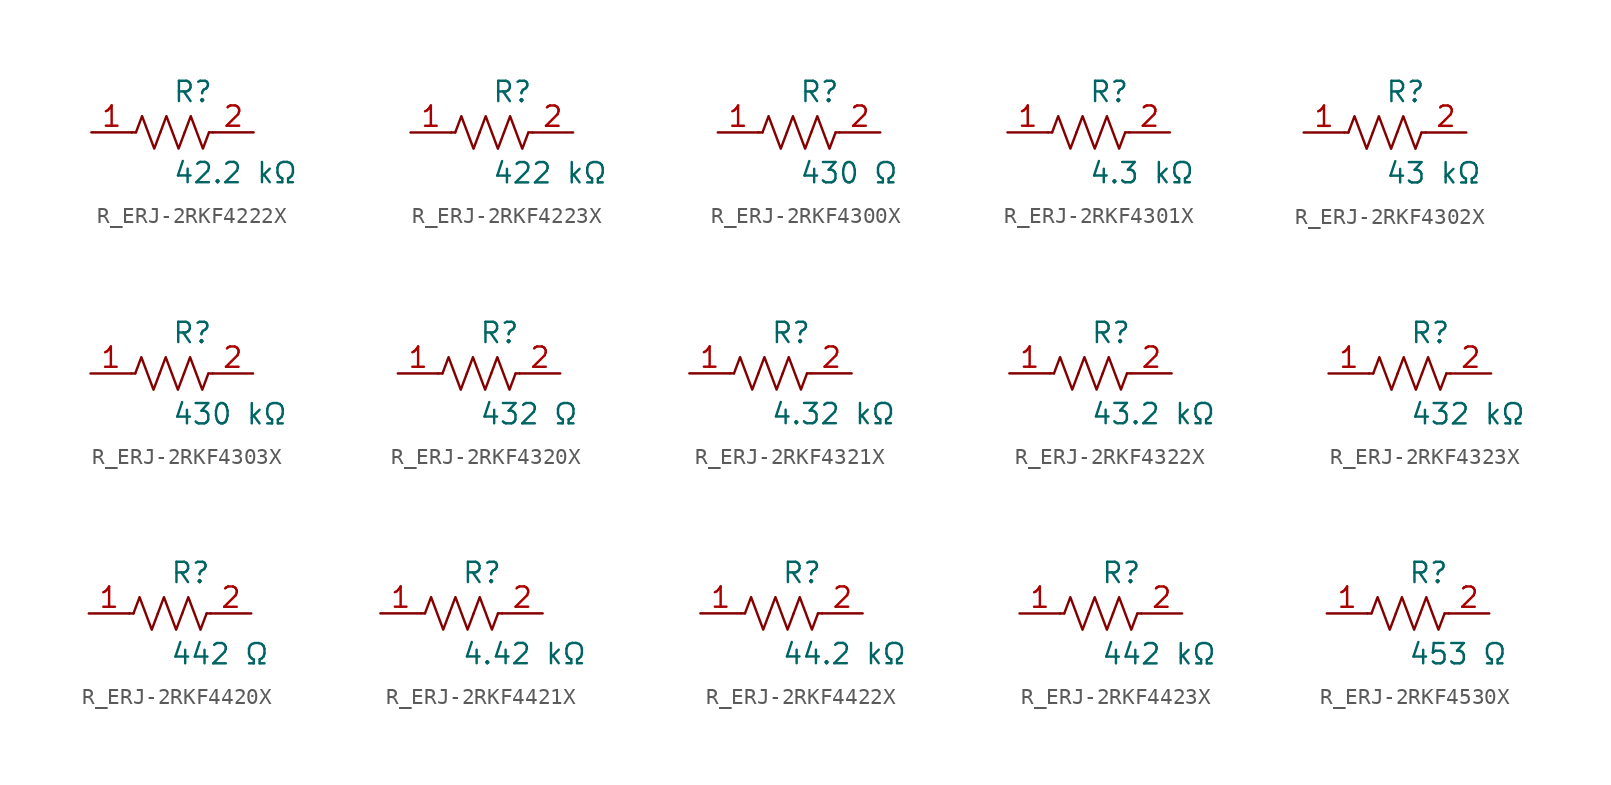
<source format=kicad_sym>
(kicad_symbol_lib
  (version 20231120)
  (generator kicad_symbol_editor)
  (generator_version 8.0)
  (symbol "R_ERJ-2RKF4222X"
    (pin_names
      (offset 0.254))
    (property "Reference" "R"
      (at 0 2.54 0)
      (effects (font (size 1.27 1.27)) (justify left)))
    (property "Value" "42.2 kΩ"
      (at 0 -2.54 0)
      (effects (font (size 1.27 1.27)) (justify left)))
    (symbol "R_ERJ-2RKF4222X_0_1"
      (polyline (pts (xy 2.286 0) (xy 2.54 0)) (stroke (width 0) (type default)) (fill (type none)))
      (polyline (pts (xy -2.286 0) (xy -2.54 0)) (stroke (width 0) (type default)) (fill (type none)))
      (polyline (pts (xy 0.762 0) (xy 1.143 1.016) (xy 1.524 0) (xy 1.905 -1.016) (xy 2.286 0)) (stroke (width 0) (type default)) (fill (type none)))
      (polyline (pts (xy -0.762 0) (xy -0.381 1.016) (xy 0 0) (xy 0.381 -1.016) (xy 0.762 0)) (stroke (width 0) (type default)) (fill (type none)))
      (polyline (pts (xy -2.286 0) (xy -1.905 1.016) (xy -1.524 0) (xy -1.143 -1.016) (xy -0.762 0)) (stroke (width 0) (type default)) (fill (type none))))
    (pin passive line
      (at -5.08 0 0)
      (length 2.54)
      (name "" (effects (font (size 1.27 1.27))))
      (number "1" (effects (font (size 1.27 1.27)))))
    (pin passive line
      (at 5.08 0 180)
      (length 2.54)
      (name "" (effects (font (size 1.27 1.27))))
      (number "2" (effects (font (size 1.27 1.27))))))
  (symbol "R_ERJ-2RKF4223X"
    (pin_names
      (offset 0.254))
    (property "Reference" "R"
      (at 0 2.54 0)
      (effects (font (size 1.27 1.27)) (justify left)))
    (property "Value" "422 kΩ"
      (at 0 -2.54 0)
      (effects (font (size 1.27 1.27)) (justify left)))
    (symbol "R_ERJ-2RKF4223X_0_1"
      (polyline (pts (xy 2.286 0) (xy 2.54 0)) (stroke (width 0) (type default)) (fill (type none)))
      (polyline (pts (xy -2.286 0) (xy -2.54 0)) (stroke (width 0) (type default)) (fill (type none)))
      (polyline (pts (xy 0.762 0) (xy 1.143 1.016) (xy 1.524 0) (xy 1.905 -1.016) (xy 2.286 0)) (stroke (width 0) (type default)) (fill (type none)))
      (polyline (pts (xy -0.762 0) (xy -0.381 1.016) (xy 0 0) (xy 0.381 -1.016) (xy 0.762 0)) (stroke (width 0) (type default)) (fill (type none)))
      (polyline (pts (xy -2.286 0) (xy -1.905 1.016) (xy -1.524 0) (xy -1.143 -1.016) (xy -0.762 0)) (stroke (width 0) (type default)) (fill (type none))))
    (pin passive line
      (at -5.08 0 0)
      (length 2.54)
      (name "" (effects (font (size 1.27 1.27))))
      (number "1" (effects (font (size 1.27 1.27)))))
    (pin passive line
      (at 5.08 0 180)
      (length 2.54)
      (name "" (effects (font (size 1.27 1.27))))
      (number "2" (effects (font (size 1.27 1.27))))))
  (symbol "R_ERJ-2RKF4300X"
    (pin_names
      (offset 0.254))
    (property "Reference" "R"
      (at 0 2.54 0)
      (effects (font (size 1.27 1.27)) (justify left)))
    (property "Value" "430 Ω"
      (at 0 -2.54 0)
      (effects (font (size 1.27 1.27)) (justify left)))
    (symbol "R_ERJ-2RKF4300X_0_1"
      (polyline (pts (xy 2.286 0) (xy 2.54 0)) (stroke (width 0) (type default)) (fill (type none)))
      (polyline (pts (xy -2.286 0) (xy -2.54 0)) (stroke (width 0) (type default)) (fill (type none)))
      (polyline (pts (xy 0.762 0) (xy 1.143 1.016) (xy 1.524 0) (xy 1.905 -1.016) (xy 2.286 0)) (stroke (width 0) (type default)) (fill (type none)))
      (polyline (pts (xy -0.762 0) (xy -0.381 1.016) (xy 0 0) (xy 0.381 -1.016) (xy 0.762 0)) (stroke (width 0) (type default)) (fill (type none)))
      (polyline (pts (xy -2.286 0) (xy -1.905 1.016) (xy -1.524 0) (xy -1.143 -1.016) (xy -0.762 0)) (stroke (width 0) (type default)) (fill (type none))))
    (pin passive line
      (at -5.08 0 0)
      (length 2.54)
      (name "" (effects (font (size 1.27 1.27))))
      (number "1" (effects (font (size 1.27 1.27)))))
    (pin passive line
      (at 5.08 0 180)
      (length 2.54)
      (name "" (effects (font (size 1.27 1.27))))
      (number "2" (effects (font (size 1.27 1.27))))))
  (symbol "R_ERJ-2RKF4301X"
    (pin_names
      (offset 0.254))
    (property "Reference" "R"
      (at 0 2.54 0)
      (effects (font (size 1.27 1.27)) (justify left)))
    (property "Value" "4.3 kΩ"
      (at 0 -2.54 0)
      (effects (font (size 1.27 1.27)) (justify left)))
    (symbol "R_ERJ-2RKF4301X_0_1"
      (polyline (pts (xy 2.286 0) (xy 2.54 0)) (stroke (width 0) (type default)) (fill (type none)))
      (polyline (pts (xy -2.286 0) (xy -2.54 0)) (stroke (width 0) (type default)) (fill (type none)))
      (polyline (pts (xy 0.762 0) (xy 1.143 1.016) (xy 1.524 0) (xy 1.905 -1.016) (xy 2.286 0)) (stroke (width 0) (type default)) (fill (type none)))
      (polyline (pts (xy -0.762 0) (xy -0.381 1.016) (xy 0 0) (xy 0.381 -1.016) (xy 0.762 0)) (stroke (width 0) (type default)) (fill (type none)))
      (polyline (pts (xy -2.286 0) (xy -1.905 1.016) (xy -1.524 0) (xy -1.143 -1.016) (xy -0.762 0)) (stroke (width 0) (type default)) (fill (type none))))
    (pin passive line
      (at -5.08 0 0)
      (length 2.54)
      (name "" (effects (font (size 1.27 1.27))))
      (number "1" (effects (font (size 1.27 1.27)))))
    (pin passive line
      (at 5.08 0 180)
      (length 2.54)
      (name "" (effects (font (size 1.27 1.27))))
      (number "2" (effects (font (size 1.27 1.27))))))
  (symbol "R_ERJ-2RKF4302X"
    (pin_names
      (offset 0.254))
    (property "Reference" "R"
      (at 0 2.54 0)
      (effects (font (size 1.27 1.27)) (justify left)))
    (property "Value" "43 kΩ"
      (at 0 -2.54 0)
      (effects (font (size 1.27 1.27)) (justify left)))
    (symbol "R_ERJ-2RKF4302X_0_1"
      (polyline (pts (xy 2.286 0) (xy 2.54 0)) (stroke (width 0) (type default)) (fill (type none)))
      (polyline (pts (xy -2.286 0) (xy -2.54 0)) (stroke (width 0) (type default)) (fill (type none)))
      (polyline (pts (xy 0.762 0) (xy 1.143 1.016) (xy 1.524 0) (xy 1.905 -1.016) (xy 2.286 0)) (stroke (width 0) (type default)) (fill (type none)))
      (polyline (pts (xy -0.762 0) (xy -0.381 1.016) (xy 0 0) (xy 0.381 -1.016) (xy 0.762 0)) (stroke (width 0) (type default)) (fill (type none)))
      (polyline (pts (xy -2.286 0) (xy -1.905 1.016) (xy -1.524 0) (xy -1.143 -1.016) (xy -0.762 0)) (stroke (width 0) (type default)) (fill (type none))))
    (pin passive line
      (at -5.08 0 0)
      (length 2.54)
      (name "" (effects (font (size 1.27 1.27))))
      (number "1" (effects (font (size 1.27 1.27)))))
    (pin passive line
      (at 5.08 0 180)
      (length 2.54)
      (name "" (effects (font (size 1.27 1.27))))
      (number "2" (effects (font (size 1.27 1.27))))))
  (symbol "R_ERJ-2RKF4303X"
    (pin_names
      (offset 0.254))
    (property "Reference" "R"
      (at 0 2.54 0)
      (effects (font (size 1.27 1.27)) (justify left)))
    (property "Value" "430 kΩ"
      (at 0 -2.54 0)
      (effects (font (size 1.27 1.27)) (justify left)))
    (symbol "R_ERJ-2RKF4303X_0_1"
      (polyline (pts (xy 2.286 0) (xy 2.54 0)) (stroke (width 0) (type default)) (fill (type none)))
      (polyline (pts (xy -2.286 0) (xy -2.54 0)) (stroke (width 0) (type default)) (fill (type none)))
      (polyline (pts (xy 0.762 0) (xy 1.143 1.016) (xy 1.524 0) (xy 1.905 -1.016) (xy 2.286 0)) (stroke (width 0) (type default)) (fill (type none)))
      (polyline (pts (xy -0.762 0) (xy -0.381 1.016) (xy 0 0) (xy 0.381 -1.016) (xy 0.762 0)) (stroke (width 0) (type default)) (fill (type none)))
      (polyline (pts (xy -2.286 0) (xy -1.905 1.016) (xy -1.524 0) (xy -1.143 -1.016) (xy -0.762 0)) (stroke (width 0) (type default)) (fill (type none))))
    (pin passive line
      (at -5.08 0 0)
      (length 2.54)
      (name "" (effects (font (size 1.27 1.27))))
      (number "1" (effects (font (size 1.27 1.27)))))
    (pin passive line
      (at 5.08 0 180)
      (length 2.54)
      (name "" (effects (font (size 1.27 1.27))))
      (number "2" (effects (font (size 1.27 1.27))))))
  (symbol "R_ERJ-2RKF4320X"
    (pin_names
      (offset 0.254))
    (property "Reference" "R"
      (at 0 2.54 0)
      (effects (font (size 1.27 1.27)) (justify left)))
    (property "Value" "432 Ω"
      (at 0 -2.54 0)
      (effects (font (size 1.27 1.27)) (justify left)))
    (symbol "R_ERJ-2RKF4320X_0_1"
      (polyline (pts (xy 2.286 0) (xy 2.54 0)) (stroke (width 0) (type default)) (fill (type none)))
      (polyline (pts (xy -2.286 0) (xy -2.54 0)) (stroke (width 0) (type default)) (fill (type none)))
      (polyline (pts (xy 0.762 0) (xy 1.143 1.016) (xy 1.524 0) (xy 1.905 -1.016) (xy 2.286 0)) (stroke (width 0) (type default)) (fill (type none)))
      (polyline (pts (xy -0.762 0) (xy -0.381 1.016) (xy 0 0) (xy 0.381 -1.016) (xy 0.762 0)) (stroke (width 0) (type default)) (fill (type none)))
      (polyline (pts (xy -2.286 0) (xy -1.905 1.016) (xy -1.524 0) (xy -1.143 -1.016) (xy -0.762 0)) (stroke (width 0) (type default)) (fill (type none))))
    (pin passive line
      (at -5.08 0 0)
      (length 2.54)
      (name "" (effects (font (size 1.27 1.27))))
      (number "1" (effects (font (size 1.27 1.27)))))
    (pin passive line
      (at 5.08 0 180)
      (length 2.54)
      (name "" (effects (font (size 1.27 1.27))))
      (number "2" (effects (font (size 1.27 1.27))))))
  (symbol "R_ERJ-2RKF4321X"
    (pin_names
      (offset 0.254))
    (property "Reference" "R"
      (at 0 2.54 0)
      (effects (font (size 1.27 1.27)) (justify left)))
    (property "Value" "4.32 kΩ"
      (at 0 -2.54 0)
      (effects (font (size 1.27 1.27)) (justify left)))
    (symbol "R_ERJ-2RKF4321X_0_1"
      (polyline (pts (xy 2.286 0) (xy 2.54 0)) (stroke (width 0) (type default)) (fill (type none)))
      (polyline (pts (xy -2.286 0) (xy -2.54 0)) (stroke (width 0) (type default)) (fill (type none)))
      (polyline (pts (xy 0.762 0) (xy 1.143 1.016) (xy 1.524 0) (xy 1.905 -1.016) (xy 2.286 0)) (stroke (width 0) (type default)) (fill (type none)))
      (polyline (pts (xy -0.762 0) (xy -0.381 1.016) (xy 0 0) (xy 0.381 -1.016) (xy 0.762 0)) (stroke (width 0) (type default)) (fill (type none)))
      (polyline (pts (xy -2.286 0) (xy -1.905 1.016) (xy -1.524 0) (xy -1.143 -1.016) (xy -0.762 0)) (stroke (width 0) (type default)) (fill (type none))))
    (pin passive line
      (at -5.08 0 0)
      (length 2.54)
      (name "" (effects (font (size 1.27 1.27))))
      (number "1" (effects (font (size 1.27 1.27)))))
    (pin passive line
      (at 5.08 0 180)
      (length 2.54)
      (name "" (effects (font (size 1.27 1.27))))
      (number "2" (effects (font (size 1.27 1.27))))))
  (symbol "R_ERJ-2RKF4322X"
    (pin_names
      (offset 0.254))
    (property "Reference" "R"
      (at 0 2.54 0)
      (effects (font (size 1.27 1.27)) (justify left)))
    (property "Value" "43.2 kΩ"
      (at 0 -2.54 0)
      (effects (font (size 1.27 1.27)) (justify left)))
    (symbol "R_ERJ-2RKF4322X_0_1"
      (polyline (pts (xy 2.286 0) (xy 2.54 0)) (stroke (width 0) (type default)) (fill (type none)))
      (polyline (pts (xy -2.286 0) (xy -2.54 0)) (stroke (width 0) (type default)) (fill (type none)))
      (polyline (pts (xy 0.762 0) (xy 1.143 1.016) (xy 1.524 0) (xy 1.905 -1.016) (xy 2.286 0)) (stroke (width 0) (type default)) (fill (type none)))
      (polyline (pts (xy -0.762 0) (xy -0.381 1.016) (xy 0 0) (xy 0.381 -1.016) (xy 0.762 0)) (stroke (width 0) (type default)) (fill (type none)))
      (polyline (pts (xy -2.286 0) (xy -1.905 1.016) (xy -1.524 0) (xy -1.143 -1.016) (xy -0.762 0)) (stroke (width 0) (type default)) (fill (type none))))
    (pin passive line
      (at -5.08 0 0)
      (length 2.54)
      (name "" (effects (font (size 1.27 1.27))))
      (number "1" (effects (font (size 1.27 1.27)))))
    (pin passive line
      (at 5.08 0 180)
      (length 2.54)
      (name "" (effects (font (size 1.27 1.27))))
      (number "2" (effects (font (size 1.27 1.27))))))
  (symbol "R_ERJ-2RKF4323X"
    (pin_names
      (offset 0.254))
    (property "Reference" "R"
      (at 0 2.54 0)
      (effects (font (size 1.27 1.27)) (justify left)))
    (property "Value" "432 kΩ"
      (at 0 -2.54 0)
      (effects (font (size 1.27 1.27)) (justify left)))
    (symbol "R_ERJ-2RKF4323X_0_1"
      (polyline (pts (xy 2.286 0) (xy 2.54 0)) (stroke (width 0) (type default)) (fill (type none)))
      (polyline (pts (xy -2.286 0) (xy -2.54 0)) (stroke (width 0) (type default)) (fill (type none)))
      (polyline (pts (xy 0.762 0) (xy 1.143 1.016) (xy 1.524 0) (xy 1.905 -1.016) (xy 2.286 0)) (stroke (width 0) (type default)) (fill (type none)))
      (polyline (pts (xy -0.762 0) (xy -0.381 1.016) (xy 0 0) (xy 0.381 -1.016) (xy 0.762 0)) (stroke (width 0) (type default)) (fill (type none)))
      (polyline (pts (xy -2.286 0) (xy -1.905 1.016) (xy -1.524 0) (xy -1.143 -1.016) (xy -0.762 0)) (stroke (width 0) (type default)) (fill (type none))))
    (pin passive line
      (at -5.08 0 0)
      (length 2.54)
      (name "" (effects (font (size 1.27 1.27))))
      (number "1" (effects (font (size 1.27 1.27)))))
    (pin passive line
      (at 5.08 0 180)
      (length 2.54)
      (name "" (effects (font (size 1.27 1.27))))
      (number "2" (effects (font (size 1.27 1.27))))))
  (symbol "R_ERJ-2RKF4420X"
    (pin_names
      (offset 0.254))
    (property "Reference" "R"
      (at 0 2.54 0)
      (effects (font (size 1.27 1.27)) (justify left)))
    (property "Value" "442 Ω"
      (at 0 -2.54 0)
      (effects (font (size 1.27 1.27)) (justify left)))
    (symbol "R_ERJ-2RKF4420X_0_1"
      (polyline (pts (xy 2.286 0) (xy 2.54 0)) (stroke (width 0) (type default)) (fill (type none)))
      (polyline (pts (xy -2.286 0) (xy -2.54 0)) (stroke (width 0) (type default)) (fill (type none)))
      (polyline (pts (xy 0.762 0) (xy 1.143 1.016) (xy 1.524 0) (xy 1.905 -1.016) (xy 2.286 0)) (stroke (width 0) (type default)) (fill (type none)))
      (polyline (pts (xy -0.762 0) (xy -0.381 1.016) (xy 0 0) (xy 0.381 -1.016) (xy 0.762 0)) (stroke (width 0) (type default)) (fill (type none)))
      (polyline (pts (xy -2.286 0) (xy -1.905 1.016) (xy -1.524 0) (xy -1.143 -1.016) (xy -0.762 0)) (stroke (width 0) (type default)) (fill (type none))))
    (pin passive line
      (at -5.08 0 0)
      (length 2.54)
      (name "" (effects (font (size 1.27 1.27))))
      (number "1" (effects (font (size 1.27 1.27)))))
    (pin passive line
      (at 5.08 0 180)
      (length 2.54)
      (name "" (effects (font (size 1.27 1.27))))
      (number "2" (effects (font (size 1.27 1.27))))))
  (symbol "R_ERJ-2RKF4421X"
    (pin_names
      (offset 0.254))
    (property "Reference" "R"
      (at 0 2.54 0)
      (effects (font (size 1.27 1.27)) (justify left)))
    (property "Value" "4.42 kΩ"
      (at 0 -2.54 0)
      (effects (font (size 1.27 1.27)) (justify left)))
    (symbol "R_ERJ-2RKF4421X_0_1"
      (polyline (pts (xy 2.286 0) (xy 2.54 0)) (stroke (width 0) (type default)) (fill (type none)))
      (polyline (pts (xy -2.286 0) (xy -2.54 0)) (stroke (width 0) (type default)) (fill (type none)))
      (polyline (pts (xy 0.762 0) (xy 1.143 1.016) (xy 1.524 0) (xy 1.905 -1.016) (xy 2.286 0)) (stroke (width 0) (type default)) (fill (type none)))
      (polyline (pts (xy -0.762 0) (xy -0.381 1.016) (xy 0 0) (xy 0.381 -1.016) (xy 0.762 0)) (stroke (width 0) (type default)) (fill (type none)))
      (polyline (pts (xy -2.286 0) (xy -1.905 1.016) (xy -1.524 0) (xy -1.143 -1.016) (xy -0.762 0)) (stroke (width 0) (type default)) (fill (type none))))
    (pin passive line
      (at -5.08 0 0)
      (length 2.54)
      (name "" (effects (font (size 1.27 1.27))))
      (number "1" (effects (font (size 1.27 1.27)))))
    (pin passive line
      (at 5.08 0 180)
      (length 2.54)
      (name "" (effects (font (size 1.27 1.27))))
      (number "2" (effects (font (size 1.27 1.27))))))
  (symbol "R_ERJ-2RKF4422X"
    (pin_names
      (offset 0.254))
    (property "Reference" "R"
      (at 0 2.54 0)
      (effects (font (size 1.27 1.27)) (justify left)))
    (property "Value" "44.2 kΩ"
      (at 0 -2.54 0)
      (effects (font (size 1.27 1.27)) (justify left)))
    (symbol "R_ERJ-2RKF4422X_0_1"
      (polyline (pts (xy 2.286 0) (xy 2.54 0)) (stroke (width 0) (type default)) (fill (type none)))
      (polyline (pts (xy -2.286 0) (xy -2.54 0)) (stroke (width 0) (type default)) (fill (type none)))
      (polyline (pts (xy 0.762 0) (xy 1.143 1.016) (xy 1.524 0) (xy 1.905 -1.016) (xy 2.286 0)) (stroke (width 0) (type default)) (fill (type none)))
      (polyline (pts (xy -0.762 0) (xy -0.381 1.016) (xy 0 0) (xy 0.381 -1.016) (xy 0.762 0)) (stroke (width 0) (type default)) (fill (type none)))
      (polyline (pts (xy -2.286 0) (xy -1.905 1.016) (xy -1.524 0) (xy -1.143 -1.016) (xy -0.762 0)) (stroke (width 0) (type default)) (fill (type none))))
    (pin passive line
      (at -5.08 0 0)
      (length 2.54)
      (name "" (effects (font (size 1.27 1.27))))
      (number "1" (effects (font (size 1.27 1.27)))))
    (pin passive line
      (at 5.08 0 180)
      (length 2.54)
      (name "" (effects (font (size 1.27 1.27))))
      (number "2" (effects (font (size 1.27 1.27))))))
  (symbol "R_ERJ-2RKF4423X"
    (pin_names
      (offset 0.254))
    (property "Reference" "R"
      (at 0 2.54 0)
      (effects (font (size 1.27 1.27)) (justify left)))
    (property "Value" "442 kΩ"
      (at 0 -2.54 0)
      (effects (font (size 1.27 1.27)) (justify left)))
    (symbol "R_ERJ-2RKF4423X_0_1"
      (polyline (pts (xy 2.286 0) (xy 2.54 0)) (stroke (width 0) (type default)) (fill (type none)))
      (polyline (pts (xy -2.286 0) (xy -2.54 0)) (stroke (width 0) (type default)) (fill (type none)))
      (polyline (pts (xy 0.762 0) (xy 1.143 1.016) (xy 1.524 0) (xy 1.905 -1.016) (xy 2.286 0)) (stroke (width 0) (type default)) (fill (type none)))
      (polyline (pts (xy -0.762 0) (xy -0.381 1.016) (xy 0 0) (xy 0.381 -1.016) (xy 0.762 0)) (stroke (width 0) (type default)) (fill (type none)))
      (polyline (pts (xy -2.286 0) (xy -1.905 1.016) (xy -1.524 0) (xy -1.143 -1.016) (xy -0.762 0)) (stroke (width 0) (type default)) (fill (type none))))
    (pin passive line
      (at -5.08 0 0)
      (length 2.54)
      (name "" (effects (font (size 1.27 1.27))))
      (number "1" (effects (font (size 1.27 1.27)))))
    (pin passive line
      (at 5.08 0 180)
      (length 2.54)
      (name "" (effects (font (size 1.27 1.27))))
      (number "2" (effects (font (size 1.27 1.27))))))
  (symbol "R_ERJ-2RKF4530X"
    (pin_names
      (offset 0.254))
    (property "Reference" "R"
      (at 0 2.54 0)
      (effects (font (size 1.27 1.27)) (justify left)))
    (property "Value" "453 Ω"
      (at 0 -2.54 0)
      (effects (font (size 1.27 1.27)) (justify left)))
    (symbol "R_ERJ-2RKF4530X_0_1"
      (polyline (pts (xy 2.286 0) (xy 2.54 0)) (stroke (width 0) (type default)) (fill (type none)))
      (polyline (pts (xy -2.286 0) (xy -2.54 0)) (stroke (width 0) (type default)) (fill (type none)))
      (polyline (pts (xy 0.762 0) (xy 1.143 1.016) (xy 1.524 0) (xy 1.905 -1.016) (xy 2.286 0)) (stroke (width 0) (type default)) (fill (type none)))
      (polyline (pts (xy -0.762 0) (xy -0.381 1.016) (xy 0 0) (xy 0.381 -1.016) (xy 0.762 0)) (stroke (width 0) (type default)) (fill (type none)))
      (polyline (pts (xy -2.286 0) (xy -1.905 1.016) (xy -1.524 0) (xy -1.143 -1.016) (xy -0.762 0)) (stroke (width 0) (type default)) (fill (type none))))
    (pin passive line
      (at -5.08 0 0)
      (length 2.54)
      (name "" (effects (font (size 1.27 1.27))))
      (number "1" (effects (font (size 1.27 1.27)))))
    (pin passive line
      (at 5.08 0 180)
      (length 2.54)
      (name "" (effects (font (size 1.27 1.27))))
      (number "2" (effects (font (size 1.27 1.27)))))))
</source>
